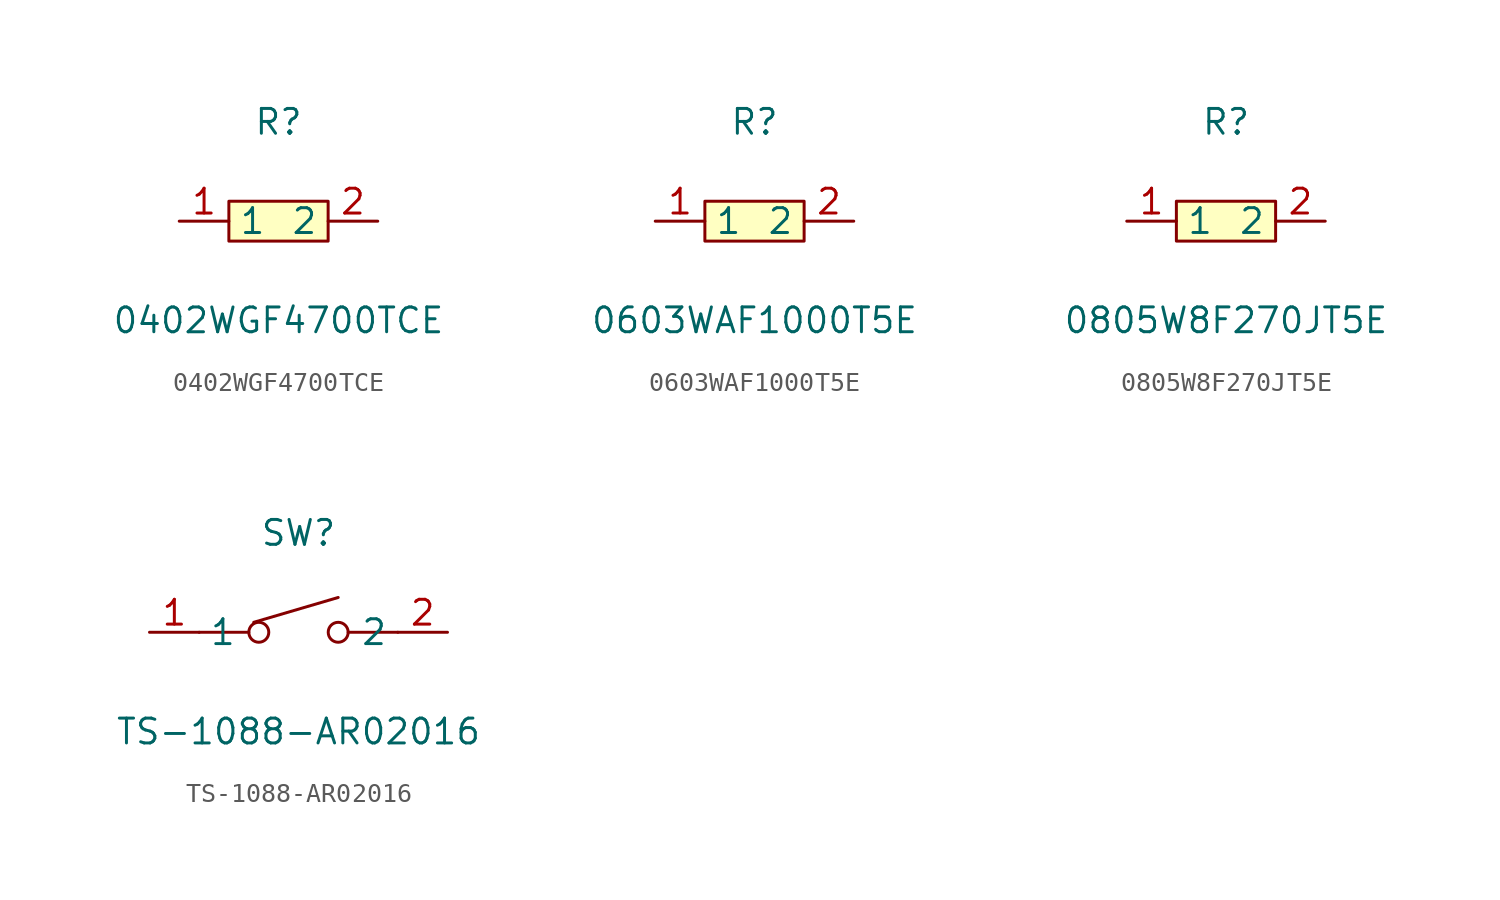
<source format=kicad_sym>
(kicad_symbol_lib
  (version 20211014)
  (generator https://github.com/uPesy/easyeda2kicad.py)
  (symbol "0402WGF4700TCE"
    (property "Reference" "R"
      (at 0 5.08 0)
      (effects (font (size 1.27 1.27))))
    (property "Value" "0402WGF4700TCE"
      (at 0 -5.08 0)
      (effects (font (size 1.27 1.27))))
    (symbol "0402WGF4700TCE_0_1"
      (rectangle (start -2.54 1.02) (end 2.54 -1.02) (stroke (width 0) (type default) (color 0 0 0 0)) (fill (type background)))
      (pin input line (at 5.08 -0.00 180) (length 2.54) (name "2" (effects (font (size 1.27 1.27)))) (number "2" (effects (font (size 1.27 1.27)))))
      (pin input line (at -5.08 -0.00 0) (length 2.54) (name "1" (effects (font (size 1.27 1.27)))) (number "1" (effects (font (size 1.27 1.27)))))))
  (symbol "0603WAF1000T5E"
    (property "Reference" "R"
      (at 0 5.08 0)
      (effects (font (size 1.27 1.27))))
    (property "Value" "0603WAF1000T5E"
      (at 0 -5.08 0)
      (effects (font (size 1.27 1.27))))
    (symbol "0603WAF1000T5E_0_1"
      (rectangle (start -2.54 1.02) (end 2.54 -1.02) (stroke (width 0) (type default) (color 0 0 0 0)) (fill (type background)))
      (pin input line (at 5.08 -0.00 180) (length 2.54) (name "2" (effects (font (size 1.27 1.27)))) (number "2" (effects (font (size 1.27 1.27)))))
      (pin input line (at -5.08 -0.00 0) (length 2.54) (name "1" (effects (font (size 1.27 1.27)))) (number "1" (effects (font (size 1.27 1.27)))))))
  (symbol "0805W8F270JT5E"
    (property "Reference" "R"
      (at 0 5.08 0)
      (effects (font (size 1.27 1.27))))
    (property "Value" "0805W8F270JT5E"
      (at 0 -5.08 0)
      (effects (font (size 1.27 1.27))))
    (symbol "0805W8F270JT5E_0_1"
      (rectangle (start -2.54 1.02) (end 2.54 -1.02) (stroke (width 0) (type default) (color 0 0 0 0)) (fill (type background)))
      (pin input line (at 5.08 -0.00 180) (length 2.54) (name "2" (effects (font (size 1.27 1.27)))) (number "2" (effects (font (size 1.27 1.27)))))
      (pin input line (at -5.08 -0.00 0) (length 2.54) (name "1" (effects (font (size 1.27 1.27)))) (number "1" (effects (font (size 1.27 1.27)))))))
  (symbol "TS-1088-AR02016"
    (property "Reference" "SW"
      (at 0 5.08 0)
      (effects (font (size 1.27 1.27))))
    (property "Value" "TS-1088-AR02016"
      (at 0 -5.08 0)
      (effects (font (size 1.27 1.27))))
    (symbol "TS-1088-AR02016_0_1"
      (circle (center 2.03 -0.00) (radius 0.51) (stroke (width 0) (type default) (color 0 0 0 0)) (fill (type none)))
      (circle (center -2.03 -0.00) (radius 0.51) (stroke (width 0) (type default) (color 0 0 0 0)) (fill (type none)))
      (polyline (pts (xy -2.29 0.51) (xy 2.03 1.78)) (stroke (width 0) (type default) (color 0 0 0 0)) (fill (type none)))
      (polyline (pts (xy 5.08 -0.00) (xy 2.54 -0.00)) (stroke (width 0) (type default) (color 0 0 0 0)) (fill (type none)))
      (polyline (pts (xy -5.08 -0.00) (xy -2.54 -0.00)) (stroke (width 0) (type default) (color 0 0 0 0)) (fill (type none)))
      (pin unspecified line (at 7.62 -0.00 180) (length 2.54) (name "2" (effects (font (size 1.27 1.27)))) (number "2" (effects (font (size 1.27 1.27)))))
      (pin unspecified line (at -7.62 -0.00 0) (length 2.54) (name "1" (effects (font (size 1.27 1.27)))) (number "1" (effects (font (size 1.27 1.27))))))))
</source>
